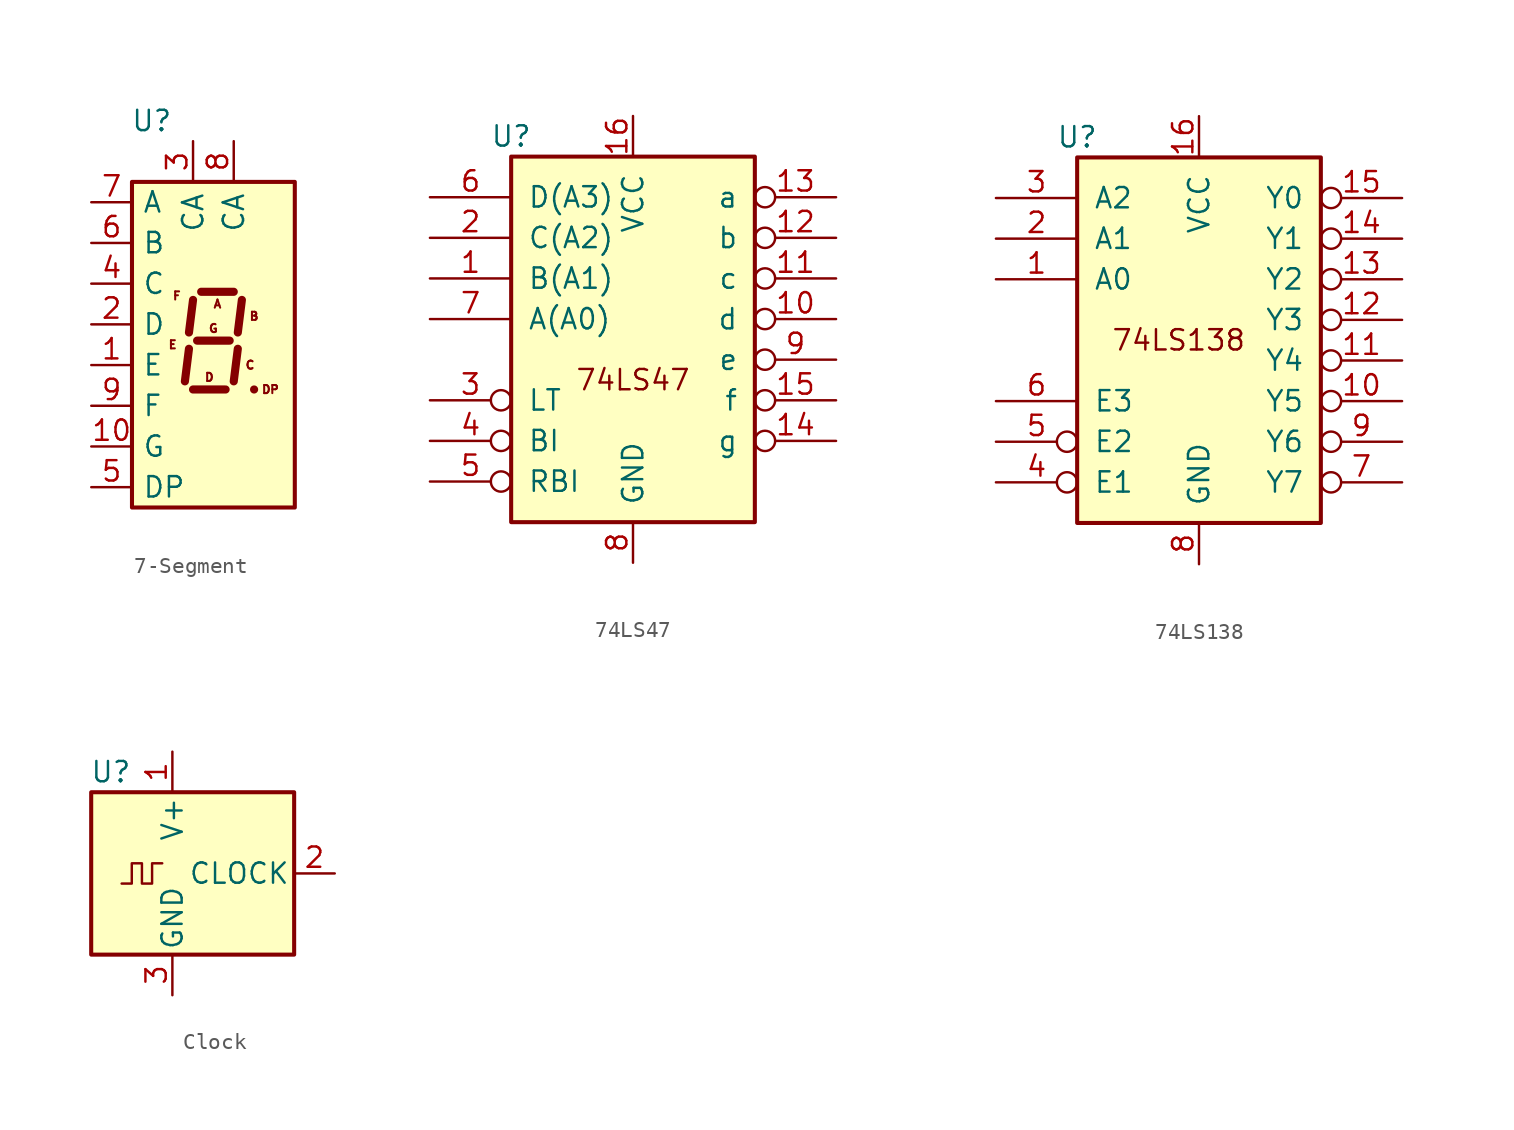
<source format=kicad_sym>
(kicad_symbol_lib
  (version 20220914)
  (generator kicad_symbol_editor)
  (symbol "7-Segment"
    (pin_names
      (offset 0.635))
    (property "Reference" "U"
      (at -2.54 13.97 0)
      (effects (font (size 1.27 1.27)) (justify right)))
    (symbol "7-Segment_0_0"
      (text "A" (at 0.254 2.54 0) (effects (font (size 0.508 0.508))))
      (text "B" (at 2.54 1.778 0) (effects (font (size 0.508 0.508))))
      (text "C" (at 2.286 -1.27 0) (effects (font (size 0.508 0.508))))
      (text "D" (at -0.254 -2.032 0) (effects (font (size 0.508 0.508))))
      (text "DP" (at 3.556 -2.794 0) (effects (font (size 0.508 0.508))))
      (text "E" (at -2.54 0 0) (effects (font (size 0.508 0.508))))
      (text "F" (at -2.286 3.048 0) (effects (font (size 0.508 0.508))))
      (text "G" (at 0 1.016 0) (effects (font (size 0.508 0.508)))))
    (symbol "7-Segment_0_1"
      (rectangle (start -5.08 10.16) (end 5.08 -10.16) (stroke (width 0.254) (type default)) (fill (type background)))
      (polyline (pts (xy -1.524 -0.254) (xy -1.778 -2.286)) (stroke (width 0.508) (type default)) (fill (type none)))
      (polyline (pts (xy -1.27 -2.794) (xy 0.762 -2.794)) (stroke (width 0.508) (type default)) (fill (type none)))
      (polyline (pts (xy -1.27 2.794) (xy -1.524 0.762)) (stroke (width 0.508) (type default)) (fill (type none)))
      (polyline (pts (xy -1.016 0.254) (xy 1.016 0.254)) (stroke (width 0.508) (type default)) (fill (type none)))
      (polyline (pts (xy -0.762 3.302) (xy 1.27 3.302)) (stroke (width 0.508) (type default)) (fill (type none)))
      (polyline (pts (xy 1.524 -0.254) (xy 1.27 -2.286)) (stroke (width 0.508) (type default)) (fill (type none)))
      (polyline (pts (xy 1.778 2.794) (xy 1.524 0.762)) (stroke (width 0.508) (type default)) (fill (type none)))
      (polyline (pts (xy 2.54 -2.794) (xy 2.54 -2.794)) (stroke (width 0.508) (type default)) (fill (type none))))
    (symbol "7-Segment_1_1"
      (pin input line (at -7.62 -1.27 0) (length 2.54) (name "E" (effects (font (size 1.27 1.27)))) (number "1" (effects (font (size 1.27 1.27)))))
      (pin input line (at -7.62 -6.35 0) (length 2.54) (name "G" (effects (font (size 1.27 1.27)))) (number "10" (effects (font (size 1.27 1.27)))))
      (pin input line (at -7.62 1.27 0) (length 2.54) (name "D" (effects (font (size 1.27 1.27)))) (number "2" (effects (font (size 1.27 1.27)))))
      (pin input line (at -1.27 12.7 270) (length 2.54) (name "CA" (effects (font (size 1.27 1.27)))) (number "3" (effects (font (size 1.27 1.27)))))
      (pin input line (at -7.62 3.81 0) (length 2.54) (name "C" (effects (font (size 1.27 1.27)))) (number "4" (effects (font (size 1.27 1.27)))))
      (pin input line (at -7.62 -8.89 0) (length 2.54) (name "DP" (effects (font (size 1.27 1.27)))) (number "5" (effects (font (size 1.27 1.27)))))
      (pin input line (at -7.62 6.35 0) (length 2.54) (name "B" (effects (font (size 1.27 1.27)))) (number "6" (effects (font (size 1.27 1.27)))))
      (pin input line (at -7.62 8.89 0) (length 2.54) (name "A" (effects (font (size 1.27 1.27)))) (number "7" (effects (font (size 1.27 1.27)))))
      (pin input line (at 1.27 12.7 270) (length 2.54) (name "CA" (effects (font (size 1.27 1.27)))) (number "8" (effects (font (size 1.27 1.27)))))
      (pin input line (at -7.62 -3.81 0) (length 2.54) (name "F" (effects (font (size 1.27 1.27)))) (number "9" (effects (font (size 1.27 1.27)))))))
  (symbol "74LS47"
    (pin_names
      (offset 1.016))
    (property "Reference" "U"
      (at -7.62 11.43 0)
      (effects (font (size 1.27 1.27))))
    (symbol "74LS47_1_0"
      (pin input line (at -12.7 2.54 0) (length 5.08) (name "B(A1)" (effects (font (size 1.27 1.27)))) (number "1" (effects (font (size 1.27 1.27)))))
      (pin open_collector inverted (at 12.7 0 180) (length 5.08) (name "d" (effects (font (size 1.27 1.27)))) (number "10" (effects (font (size 1.27 1.27)))))
      (pin open_collector inverted (at 12.7 2.54 180) (length 5.08) (name "c" (effects (font (size 1.27 1.27)))) (number "11" (effects (font (size 1.27 1.27)))))
      (pin open_collector inverted (at 12.7 5.08 180) (length 5.08) (name "b" (effects (font (size 1.27 1.27)))) (number "12" (effects (font (size 1.27 1.27)))))
      (pin open_collector inverted (at 12.7 7.62 180) (length 5.08) (name "a" (effects (font (size 1.27 1.27)))) (number "13" (effects (font (size 1.27 1.27)))))
      (pin open_collector inverted (at 12.7 -7.62 180) (length 5.08) (name "g" (effects (font (size 1.27 1.27)))) (number "14" (effects (font (size 1.27 1.27)))))
      (pin open_collector inverted (at 12.7 -5.08 180) (length 5.08) (name "f" (effects (font (size 1.27 1.27)))) (number "15" (effects (font (size 1.27 1.27)))))
      (pin power_in line (at 0 12.7 270) (length 2.54) (name "VCC" (effects (font (size 1.27 1.27)))) (number "16" (effects (font (size 1.27 1.27)))))
      (pin input line (at -12.7 5.08 0) (length 5.08) (name "C(A2)" (effects (font (size 1.27 1.27)))) (number "2" (effects (font (size 1.27 1.27)))))
      (pin input inverted (at -12.7 -5.08 0) (length 5.08) (name "LT" (effects (font (size 1.27 1.27)))) (number "3" (effects (font (size 1.27 1.27)))))
      (pin input inverted (at -12.7 -7.62 0) (length 5.08) (name "BI" (effects (font (size 1.27 1.27)))) (number "4" (effects (font (size 1.27 1.27)))))
      (pin input inverted (at -12.7 -10.16 0) (length 5.08) (name "RBI" (effects (font (size 1.27 1.27)))) (number "5" (effects (font (size 1.27 1.27)))))
      (pin input line (at -12.7 7.62 0) (length 5.08) (name "D(A3)" (effects (font (size 1.27 1.27)))) (number "6" (effects (font (size 1.27 1.27)))))
      (pin input line (at -12.7 0 0) (length 5.08) (name "A(A0)" (effects (font (size 1.27 1.27)))) (number "7" (effects (font (size 1.27 1.27)))))
      (pin power_in line (at 0 -15.24 90) (length 2.54) (name "GND" (effects (font (size 1.27 1.27)))) (number "8" (effects (font (size 1.27 1.27)))))
      (pin open_collector inverted (at 12.7 -2.54 180) (length 5.08) (name "e" (effects (font (size 1.27 1.27)))) (number "9" (effects (font (size 1.27 1.27))))))
    (symbol "74LS47_1_1"
      (rectangle (start -7.62 10.16) (end 7.62 -12.7) (stroke (width 0.254) (type default)) (fill (type background)))
      (text "74LS47" (at 0 -3.81 0) (effects (font (size 1.27 1.27))))))
  (symbol "74LS138"
    (pin_names
      (offset 1.016))
    (property "Reference" "U"
      (at -7.62 11.43 0)
      (effects (font (size 1.27 1.27))))
    (symbol "74LS138_1_0"
      (pin input line (at -12.7 2.54 0) (length 5.08) (name "A0" (effects (font (size 1.27 1.27)))) (number "1" (effects (font (size 1.27 1.27)))))
      (pin output inverted (at 12.7 -5.08 180) (length 5.08) (name "Y5" (effects (font (size 1.27 1.27)))) (number "10" (effects (font (size 1.27 1.27)))))
      (pin output inverted (at 12.7 -2.54 180) (length 5.08) (name "Y4" (effects (font (size 1.27 1.27)))) (number "11" (effects (font (size 1.27 1.27)))))
      (pin output inverted (at 12.7 0 180) (length 5.08) (name "Y3" (effects (font (size 1.27 1.27)))) (number "12" (effects (font (size 1.27 1.27)))))
      (pin output inverted (at 12.7 2.54 180) (length 5.08) (name "Y2" (effects (font (size 1.27 1.27)))) (number "13" (effects (font (size 1.27 1.27)))))
      (pin output inverted (at 12.7 5.08 180) (length 5.08) (name "Y1" (effects (font (size 1.27 1.27)))) (number "14" (effects (font (size 1.27 1.27)))))
      (pin output inverted (at 12.7 7.62 180) (length 5.08) (name "Y0" (effects (font (size 1.27 1.27)))) (number "15" (effects (font (size 1.27 1.27)))))
      (pin power_in line (at 0 12.74 270) (length 2.58) (name "VCC" (effects (font (size 1.27 1.27)))) (number "16" (effects (font (size 1.27 1.27)))))
      (pin input line (at -12.7 5.08 0) (length 5.08) (name "A1" (effects (font (size 1.27 1.27)))) (number "2" (effects (font (size 1.27 1.27)))))
      (pin input line (at -12.7 7.62 0) (length 5.08) (name "A2" (effects (font (size 1.27 1.27)))) (number "3" (effects (font (size 1.27 1.27)))))
      (pin input inverted (at -12.7 -10.16 0) (length 5.08) (name "E1" (effects (font (size 1.27 1.27)))) (number "4" (effects (font (size 1.27 1.27)))))
      (pin input inverted (at -12.7 -7.62 0) (length 5.08) (name "E2" (effects (font (size 1.27 1.27)))) (number "5" (effects (font (size 1.27 1.27)))))
      (pin input line (at -12.7 -5.08 0) (length 5.08) (name "E3" (effects (font (size 1.27 1.27)))) (number "6" (effects (font (size 1.27 1.27)))))
      (pin output inverted (at 12.7 -10.16 180) (length 5.08) (name "Y7" (effects (font (size 1.27 1.27)))) (number "7" (effects (font (size 1.27 1.27)))))
      (pin power_in line (at 0 -15.28 90) (length 2.58) (name "GND" (effects (font (size 1.27 1.27)))) (number "8" (effects (font (size 1.27 1.27)))))
      (pin output inverted (at 12.7 -7.62 180) (length 5.08) (name "Y6" (effects (font (size 1.27 1.27)))) (number "9" (effects (font (size 1.27 1.27))))))
    (symbol "74LS138_1_1"
      (rectangle (start -7.62 10.16) (end 7.62 -12.7) (stroke (width 0.254) (type default)) (fill (type background)))
      (text "74LS138" (at -1.27 -1.27 0) (effects (font (size 1.27 1.27))))))
  (symbol "Clock"
    (pin_names
      (offset 0.254))
    (property "Reference" "U"
      (at -2.54 6.35 0)
      (effects (font (size 1.27 1.27)) (justify right)))
    (symbol "Clock_0_1"
      (rectangle (start -5.08 5.08) (end 7.62 -5.08) (stroke (width 0.254) (type default)) (fill (type background)))
      (polyline (pts (xy -3.175 -0.635) (xy -2.54 -0.635) (xy -2.54 0.635) (xy -1.905 0.635) (xy -1.905 -0.635) (xy -1.27 -0.635) (xy -1.27 0.635) (xy -0.635 0.635)) (stroke (width 0) (type default)) (fill (type none))))
    (symbol "Clock_1_1"
      (pin power_in line (at 0 7.62 270) (length 2.54) (name "V+" (effects (font (size 1.27 1.27)))) (number "1" (effects (font (size 1.27 1.27)))))
      (pin output line (at 10.16 0 180) (length 2.54) (name "CLOCK" (effects (font (size 1.27 1.27)))) (number "2" (effects (font (size 1.27 1.27)))))
      (pin power_in line (at 0 -7.62 90) (length 2.54) (name "GND" (effects (font (size 1.27 1.27)))) (number "3" (effects (font (size 1.27 1.27))))))))
</source>
